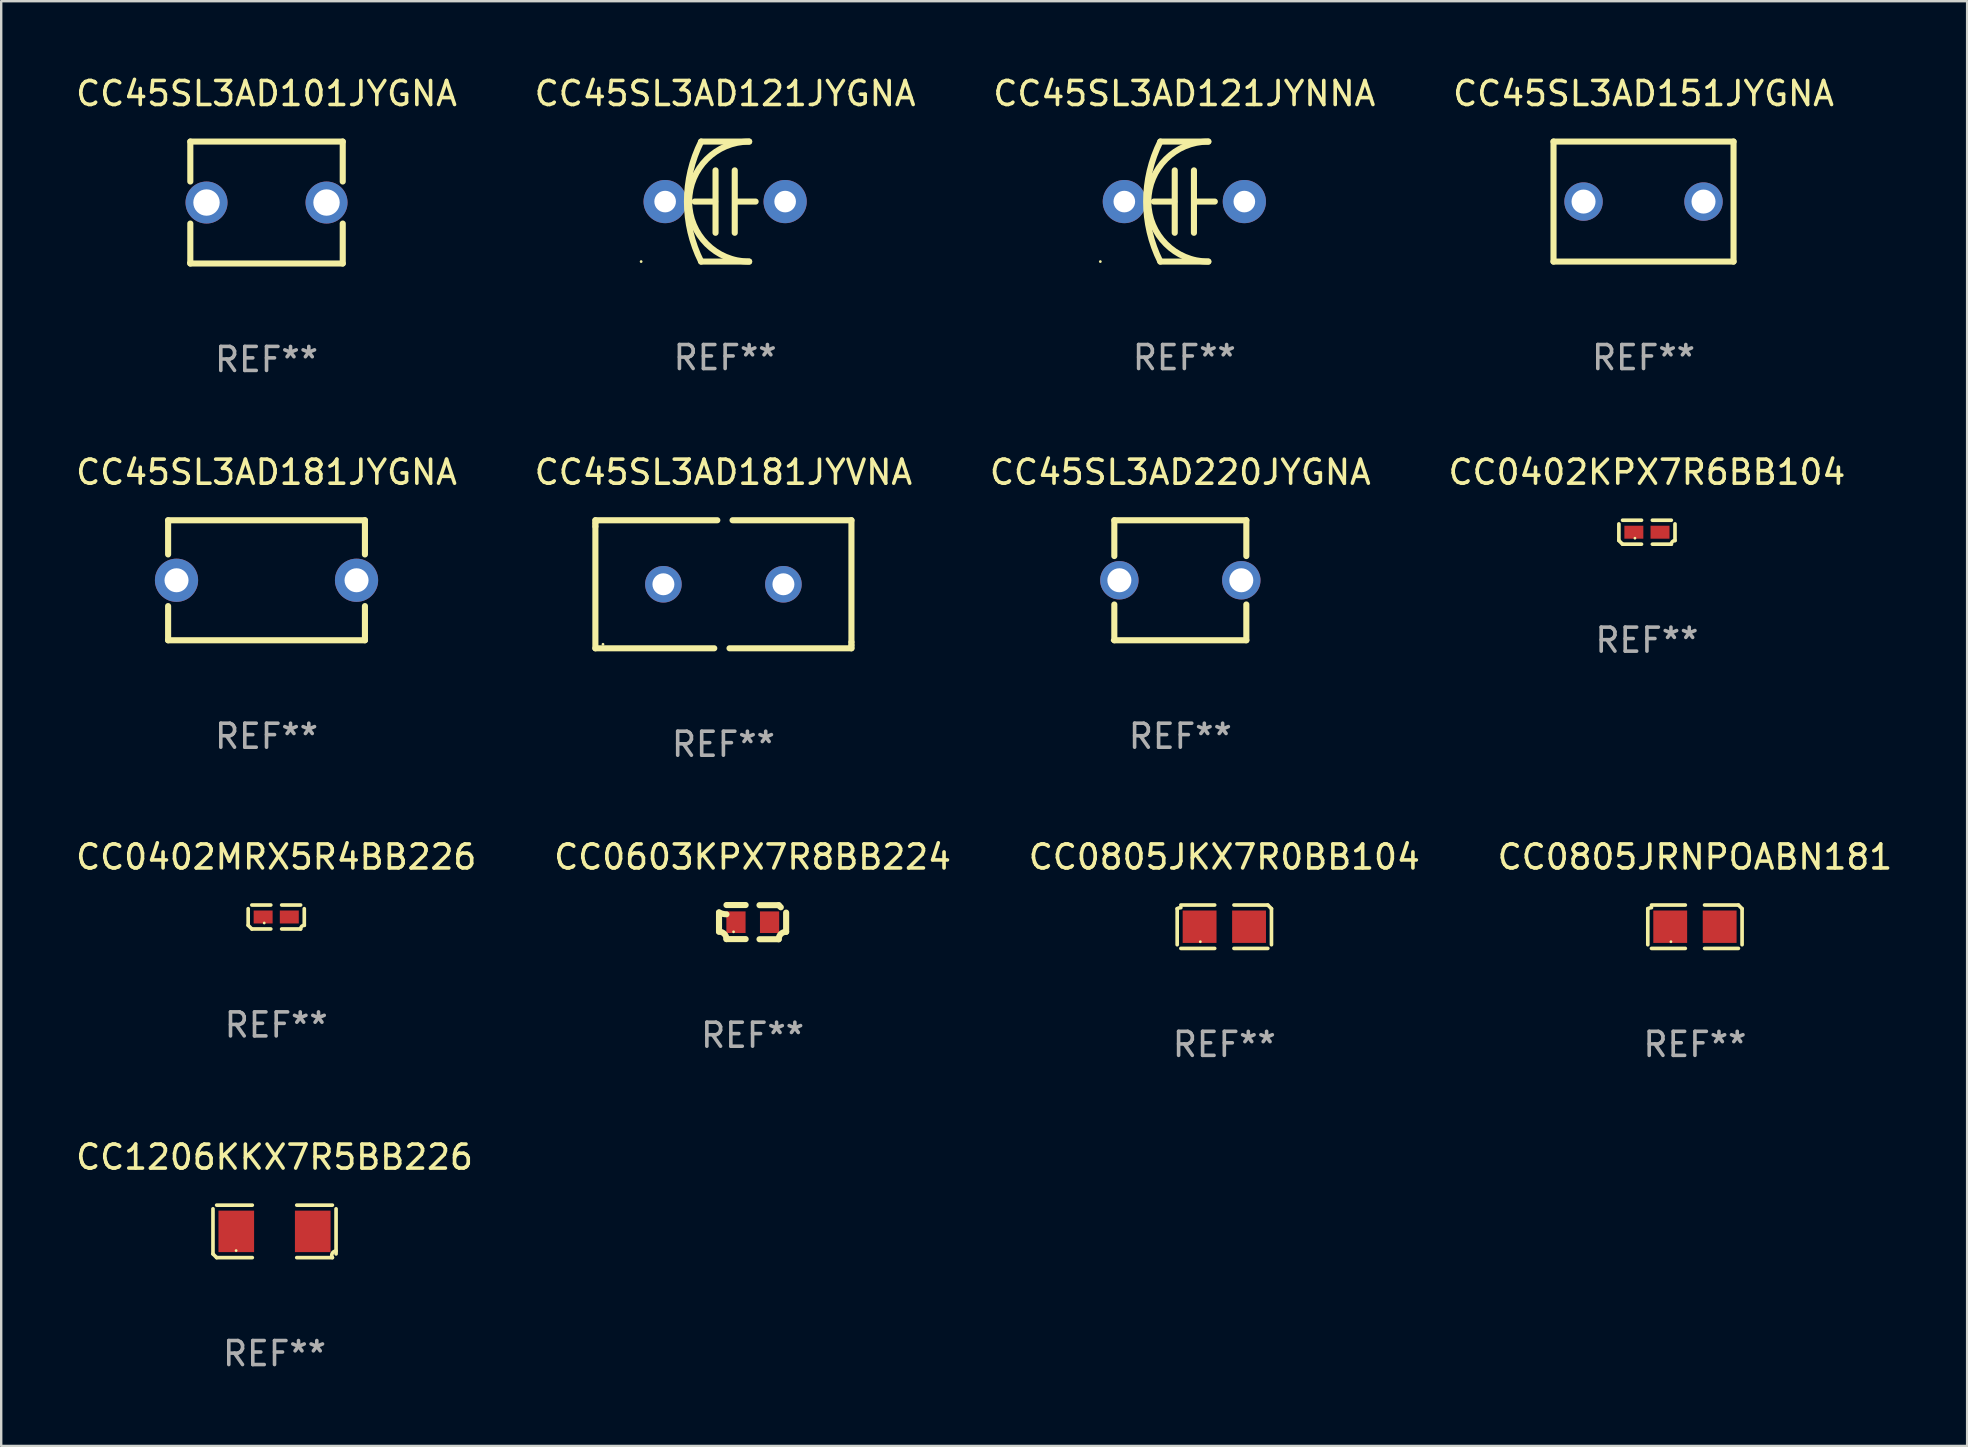
<source format=kicad_pcb>
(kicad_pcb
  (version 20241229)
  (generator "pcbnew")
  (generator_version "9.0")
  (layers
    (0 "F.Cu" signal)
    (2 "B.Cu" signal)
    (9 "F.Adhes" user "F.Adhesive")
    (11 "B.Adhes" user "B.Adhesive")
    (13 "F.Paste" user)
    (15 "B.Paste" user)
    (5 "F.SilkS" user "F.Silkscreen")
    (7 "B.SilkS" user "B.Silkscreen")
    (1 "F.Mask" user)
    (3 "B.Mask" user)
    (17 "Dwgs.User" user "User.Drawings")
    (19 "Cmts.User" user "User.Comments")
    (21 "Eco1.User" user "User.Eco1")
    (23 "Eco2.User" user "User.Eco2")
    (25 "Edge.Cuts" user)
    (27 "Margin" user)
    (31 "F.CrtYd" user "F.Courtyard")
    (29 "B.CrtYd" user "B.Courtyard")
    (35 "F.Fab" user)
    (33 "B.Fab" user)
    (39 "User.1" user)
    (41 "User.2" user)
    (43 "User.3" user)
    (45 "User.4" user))
  (footprint "CC0805JKX7R0BB104"
    (layer "F.Cu")
    (at 47.958 35.559)
    (property "Reference" "CC0805JKX7R0BB104" (at 0 -2.904 0) (layer "F.SilkS") (effects (font (size 1 1) (thickness 0.15))))
    (attr through_hole)
    (fp_line (start -1.964 0.751) (end -1.964 -0.751) (stroke (width 0.152) (type solid)) (layer "F.SilkS"))
    (fp_line (start -1.811 -0.904) (end -0.401 -0.904) (stroke (width 0.152) (type solid)) (layer "F.SilkS"))
    (fp_line (start -0.401 0.904) (end -1.811 0.904) (stroke (width 0.152) (type solid)) (layer "F.SilkS"))
    (fp_line (start 0.401 0.904) (end 1.811 0.904) (stroke (width 0.152) (type solid)) (layer "F.SilkS"))
    (fp_line (start 1.811 -0.904) (end 0.401 -0.904) (stroke (width 0.152) (type solid)) (layer "F.SilkS"))
    (fp_line (start 1.964 0.751) (end 1.964 -0.751) (stroke (width 0.152) (type solid)) (layer "F.SilkS"))
    (fp_arc (start -1.963602 -0.751207) (mid -1.890354 -0.783131) (end -1.811201 -0.794044) (stroke (width 0.1524) (type solid)) (layer "F.SilkS"))
    (fp_arc (start 1.811202 -0.903607) (mid 1.887413 -0.827418) (end 1.963602 -0.751207) (stroke (width 0.1524) (type solid)) (layer "F.SilkS"))
    (fp_circle (center -1 0.625) (end -0.97 0.625) (stroke (width 0.06) (type solid)) (fill no) (layer "F.SilkS"))
    (fp_text user "REF**" (at 0 4.904 0) (layer "F.Fab") (effects (font (size 1 1) (thickness 0.15))))
    (pad "1" smd rect (at -1.03 0) (size 1.41 1.35) (layers "F.Cu" "F.Mask" "F.Paste"))
    (pad "2" smd rect (at 1.03 0) (size 1.41 1.35) (layers "F.Cu" "F.Mask" "F.Paste")))
  (footprint "CC0402KPX7R6BB104"
    (layer "F.Cu")
    (at 65.565 19.123)
    (property "Reference" "CC0402KPX7R6BB104" (at 0 -2.499 0) (layer "F.SilkS") (effects (font (size 1 1) (thickness 0.15))))
    (attr through_hole)
    (fp_line (start -1.169 0.346) (end -1.169 -0.346) (stroke (width 0.152) (type solid)) (layer "F.SilkS"))
    (fp_line (start -1.016 -0.499) (end -0.226 -0.499) (stroke (width 0.152) (type solid)) (layer "F.SilkS"))
    (fp_line (start -0.226 0.499) (end -1.016 0.499) (stroke (width 0.152) (type solid)) (layer "F.SilkS"))
    (fp_line (start 0.226 0.499) (end 1.016 0.499) (stroke (width 0.152) (type solid)) (layer "F.SilkS"))
    (fp_line (start 1.016 -0.499) (end 0.226 -0.499) (stroke (width 0.152) (type solid)) (layer "F.SilkS"))
    (fp_line (start 1.169 0.346) (end 1.169 -0.346) (stroke (width 0.152) (type solid)) (layer "F.SilkS"))
    (fp_arc (start -1.016307 0.498603) (mid -1.092512 0.422405) (end -1.16871 0.3462) (stroke (width 0.1524) (type solid)) (layer "F.SilkS"))
    (fp_arc (start 1.016307 0.498603) (mid 1.060899 0.390758) (end 1.168707 0.346076) (stroke (width 0.1524) (type solid)) (layer "F.SilkS"))
    (fp_circle (center -0.5 0.25) (end -0.47 0.25) (stroke (width 0.06) (type solid)) (fill no) (layer "F.SilkS"))
    (fp_text user "REF**" (at 0 4.499 0) (layer "F.Fab") (effects (font (size 1 1) (thickness 0.15))))
    (pad "1" smd rect (at -0.545 0) (size 0.79 0.54) (layers "F.Cu" "F.Mask" "F.Paste"))
    (pad "2" smd rect (at 0.545 0) (size 0.79 0.54) (layers "F.Cu" "F.Mask" "F.Paste")))
  (footprint "CC0805JRNPOABN181"
    (layer "F.Cu")
    (at 67.565 35.559)
    (property "Reference" "CC0805JRNPOABN181" (at 0 -2.904 0) (layer "F.SilkS") (effects (font (size 1 1) (thickness 0.15))))
    (attr through_hole)
    (fp_line (start -1.964 0.751) (end -1.964 -0.751) (stroke (width 0.152) (type solid)) (layer "F.SilkS"))
    (fp_line (start -1.811 -0.904) (end -0.401 -0.904) (stroke (width 0.152) (type solid)) (layer "F.SilkS"))
    (fp_line (start -0.401 0.904) (end -1.811 0.904) (stroke (width 0.152) (type solid)) (layer "F.SilkS"))
    (fp_line (start 0.401 0.904) (end 1.811 0.904) (stroke (width 0.152) (type solid)) (layer "F.SilkS"))
    (fp_line (start 1.811 -0.904) (end 0.401 -0.904) (stroke (width 0.152) (type solid)) (layer "F.SilkS"))
    (fp_line (start 1.964 0.751) (end 1.964 -0.751) (stroke (width 0.152) (type solid)) (layer "F.SilkS"))
    (fp_arc (start -1.963602 -0.751207) (mid -1.890354 -0.783131) (end -1.811201 -0.794044) (stroke (width 0.1524) (type solid)) (layer "F.SilkS"))
    (fp_arc (start 1.811202 -0.903607) (mid 1.887413 -0.827418) (end 1.963602 -0.751207) (stroke (width 0.1524) (type solid)) (layer "F.SilkS"))
    (fp_circle (center -1 0.625) (end -0.97 0.625) (stroke (width 0.06) (type solid)) (fill no) (layer "F.SilkS"))
    (fp_text user "REF**" (at 0 4.904 0) (layer "F.Fab") (effects (font (size 1 1) (thickness 0.15))))
    (pad "1" smd rect (at -1.03 0) (size 1.41 1.35) (layers "F.Cu" "F.Mask" "F.Paste"))
    (pad "2" smd rect (at 1.03 0) (size 1.41 1.35) (layers "F.Cu" "F.Mask" "F.Paste")))
  (footprint "CC45SL3AD121JYGNA"
    (layer "F.Cu")
    (at 27.161 5.348)
    (property "Reference" "CC45SL3AD121JYGNA" (at 0 -4.5 0) (layer "F.SilkS") (effects (font (size 1 1) (thickness 0.15))))
    (attr through_hole)
    (fp_line (start -1 -2.5) (end 1 -2.5) (stroke (width 0.254) (type solid)) (layer "F.SilkS"))
    (fp_line (start -1 2.5) (end 1 2.5) (stroke (width 0.254) (type solid)) (layer "F.SilkS"))
    (fp_line (start -0.416 0) (end -1.27 0) (stroke (width 0.254) (type solid)) (layer "F.SilkS"))
    (fp_line (start -0.4 -1.3) (end -0.4 1.3) (stroke (width 0.254) (type solid)) (layer "F.SilkS"))
    (fp_line (start 0.4 1.3) (end 0.4 -1.3) (stroke (width 0.254) (type solid)) (layer "F.SilkS"))
    (fp_line (start 0.416 0) (end 1.27 0) (stroke (width 0.254) (type solid)) (layer "F.SilkS"))
    (fp_arc (start -1.000762 2.499365) (mid -1.590595 -0.000407) (end -1 -2.5) (stroke (width 0.254001) (type solid)) (layer "F.SilkS"))
    (fp_arc (start 1 2.5) (mid -1.498907 -0.000064) (end 1.000763 -2.499364) (stroke (width 0.254001) (type solid)) (layer "F.SilkS"))
    (fp_circle (center -3.5 2.5) (end -3.47 2.5) (stroke (width 0.06) (type solid)) (fill no) (layer "F.SilkS"))
    (fp_text user "REF**" (at 0 6.5 0) (layer "F.Fab") (effects (font (size 1 1) (thickness 0.15))))
    (pad "1" thru_hole circle (at -2.5 0) (size 1.8 1.8) (drill 0.9) (layers "*.Cu" "*.Mask"))
    (pad "2" thru_hole circle (at 2.5 0) (size 1.8 1.8) (drill 0.9) (layers "*.Cu" "*.Mask")))
  (footprint "CC45SL3AD121JYNNA"
    (layer "F.Cu")
    (at 46.292 5.348)
    (property "Reference" "CC45SL3AD121JYNNA" (at 0 -4.5 0) (layer "F.SilkS") (effects (font (size 1 1) (thickness 0.15))))
    (attr through_hole)
    (fp_line (start -1 -2.5) (end 1 -2.5) (stroke (width 0.254) (type solid)) (layer "F.SilkS"))
    (fp_line (start -1 2.5) (end 1 2.5) (stroke (width 0.254) (type solid)) (layer "F.SilkS"))
    (fp_line (start -0.416 0) (end -1.27 0) (stroke (width 0.254) (type solid)) (layer "F.SilkS"))
    (fp_line (start -0.4 -1.3) (end -0.4 1.3) (stroke (width 0.254) (type solid)) (layer "F.SilkS"))
    (fp_line (start 0.4 1.3) (end 0.4 -1.3) (stroke (width 0.254) (type solid)) (layer "F.SilkS"))
    (fp_line (start 0.416 0) (end 1.27 0) (stroke (width 0.254) (type solid)) (layer "F.SilkS"))
    (fp_arc (start -1.000762 2.499365) (mid -1.590595 -0.000407) (end -1 -2.5) (stroke (width 0.254001) (type solid)) (layer "F.SilkS"))
    (fp_arc (start 1 2.5) (mid -1.498907 -0.000064) (end 1.000763 -2.499364) (stroke (width 0.254001) (type solid)) (layer "F.SilkS"))
    (fp_circle (center -3.5 2.5) (end -3.47 2.5) (stroke (width 0.06) (type solid)) (fill no) (layer "F.SilkS"))
    (fp_text user "REF**" (at 0 6.5 0) (layer "F.Fab") (effects (font (size 1 1) (thickness 0.15))))
    (pad "1" thru_hole circle (at -2.5 0) (size 1.8 1.8) (drill 0.9) (layers "*.Cu" "*.Mask"))
    (pad "2" thru_hole circle (at 2.5 0) (size 1.8 1.8) (drill 0.9) (layers "*.Cu" "*.Mask")))
  (footprint "CC45SL3AD220JYGNA"
    (layer "F.Cu")
    (at 46.125 21.125)
    (property "Reference" "CC45SL3AD220JYGNA" (at 0 -4.5 0) (layer "F.SilkS") (effects (font (size 1 1) (thickness 0.15))))
    (attr through_hole)
    (fp_line (start -2.75 -2.5) (end -2.75 -1.009) (stroke (width 0.254) (type solid)) (layer "F.SilkS"))
    (fp_line (start -2.75 -2.5) (end 2.75 -2.5) (stroke (width 0.254) (type solid)) (layer "F.SilkS"))
    (fp_line (start -2.75 1.009) (end -2.75 2.5) (stroke (width 0.254) (type solid)) (layer "F.SilkS"))
    (fp_line (start -2.75 2.5) (end 2.75 2.5) (stroke (width 0.254) (type solid)) (layer "F.SilkS"))
    (fp_line (start 2.75 -2.5) (end 2.75 -1.009) (stroke (width 0.254) (type solid)) (layer "F.SilkS"))
    (fp_line (start 2.75 1.009) (end 2.75 2.5) (stroke (width 0.254) (type solid)) (layer "F.SilkS"))
    (fp_circle (center -2.84 2.5) (end -2.81 2.5) (stroke (width 0.06) (type solid)) (fill no) (layer "F.SilkS"))
    (fp_text user "REF**" (at 0 6.5 0) (layer "F.Fab") (effects (font (size 1 1) (thickness 0.15))))
    (pad "1" thru_hole circle (at -2.54 0) (size 1.6 1.6) (drill 1) (layers "*.Cu" "*.Mask"))
    (pad "2" thru_hole circle (at 2.54 0) (size 1.6 1.6) (drill 1) (layers "*.Cu" "*.Mask")))
  (footprint "CC1206KKX7R5BB226"
    (layer "F.Cu")
    (at 8.387 48.252)
    (property "Reference" "CC1206KKX7R5BB226" (at 0 -3.093 0) (layer "F.SilkS") (effects (font (size 1 1) (thickness 0.15))))
    (attr through_hole)
    (fp_line (start -2.564 0.94) (end -2.564 -0.94) (stroke (width 0.152) (type solid)) (layer "F.SilkS"))
    (fp_line (start -2.411 -1.093) (end -0.926 -1.093) (stroke (width 0.152) (type solid)) (layer "F.SilkS"))
    (fp_line (start -0.926 1.093) (end -2.411 1.093) (stroke (width 0.152) (type solid)) (layer "F.SilkS"))
    (fp_line (start 0.926 1.093) (end 2.411 1.093) (stroke (width 0.152) (type solid)) (layer "F.SilkS"))
    (fp_line (start 2.411 -1.093) (end 0.926 -1.093) (stroke (width 0.152) (type solid)) (layer "F.SilkS"))
    (fp_line (start 2.564 0.94) (end 2.564 -0.94) (stroke (width 0.152) (type solid)) (layer "F.SilkS"))
    (fp_arc (start -2.411201 1.092609) (mid -2.487413 1.01642) (end -2.563602 0.940208) (stroke (width 0.1524) (type solid)) (layer "F.SilkS"))
    (fp_arc (start 2.411201 1.092609) (mid 2.407159 0.911226) (end 2.563602 0.819347) (stroke (width 0.1524) (type solid)) (layer "F.SilkS"))
    (fp_circle (center -1.6 0.8) (end -1.57 0.8) (stroke (width 0.06) (type solid)) (fill no) (layer "F.SilkS"))
    (fp_text user "REF**" (at 0 5.093 0) (layer "F.Fab") (effects (font (size 1 1) (thickness 0.15))))
    (pad "1" smd rect (at -1.593 0) (size 1.485 1.728) (layers "F.Cu" "F.Mask" "F.Paste"))
    (pad "2" smd rect (at 1.593 0) (size 1.485 1.728) (layers "F.Cu" "F.Mask" "F.Paste")))
  (footprint "CC45SL3AD181JYVNA"
    (layer "F.Cu")
    (at 27.089 21.292)
    (property "Reference" "CC45SL3AD181JYVNA" (at 0 -4.667 0) (layer "F.SilkS") (effects (font (size 1 1) (thickness 0.15))))
    (attr through_hole)
    (fp_line (start -5.334 -2.667) (end -0.254 -2.667) (stroke (width 0.254) (type solid)) (layer "F.SilkS"))
    (fp_line (start -5.334 -2.54) (end -5.334 -2.667) (stroke (width 0.254) (type solid)) (layer "F.SilkS"))
    (fp_line (start -5.334 -2.413) (end -5.334 -2.54) (stroke (width 0.254) (type solid)) (layer "F.SilkS"))
    (fp_line (start -5.334 2.667) (end -5.334 -2.413) (stroke (width 0.254) (type solid)) (layer "F.SilkS"))
    (fp_line (start -0.381 2.667) (end -5.334 2.667) (stroke (width 0.254) (type solid)) (layer "F.SilkS"))
    (fp_line (start 0.381 -2.667) (end 5.334 -2.667) (stroke (width 0.254) (type solid)) (layer "F.SilkS"))
    (fp_line (start 5.334 -2.667) (end 5.334 2.413) (stroke (width 0.254) (type solid)) (layer "F.SilkS"))
    (fp_line (start 5.334 2.413) (end 5.334 2.54) (stroke (width 0.254) (type solid)) (layer "F.SilkS"))
    (fp_line (start 5.334 2.54) (end 5.334 2.667) (stroke (width 0.254) (type solid)) (layer "F.SilkS"))
    (fp_line (start 5.334 2.667) (end 0.254 2.667) (stroke (width 0.254) (type solid)) (layer "F.SilkS"))
    (fp_circle (center -5.017 2.5) (end -4.987 2.5) (stroke (width 0.06) (type solid)) (fill no) (layer "F.SilkS"))
    (fp_text user "REF**" (at 0 6.667 0) (layer "F.Fab") (effects (font (size 1 1) (thickness 0.15))))
    (pad "1" thru_hole circle (at -2.5 0) (size 1.524 1.524) (drill 0.914) (layers "*.Cu" "*.Mask"))
    (pad "2" thru_hole circle (at 2.5 0) (size 1.524 1.524) (drill 0.914) (layers "*.Cu" "*.Mask")))
  (footprint "CC45SL3AD151JYGNA"
    (layer "F.Cu")
    (at 65.423 5.348)
    (property "Reference" "CC45SL3AD151JYGNA" (at 0 -4.5 0) (layer "F.SilkS") (effects (font (size 1 1) (thickness 0.15))))
    (attr through_hole)
    (fp_line (start -3.75 -2.5) (end -3.75 2.5) (stroke (width 0.254) (type solid)) (layer "F.SilkS"))
    (fp_line (start -3.75 -2.5) (end 3.75 -2.5) (stroke (width 0.254) (type solid)) (layer "F.SilkS"))
    (fp_line (start -3.75 2.5) (end 3.75 2.5) (stroke (width 0.254) (type solid)) (layer "F.SilkS"))
    (fp_line (start 3.75 -2.5) (end 3.75 2.5) (stroke (width 0.254) (type solid)) (layer "F.SilkS"))
    (fp_circle (center -3.75 2.5) (end -3.72 2.5) (stroke (width 0.06) (type solid)) (fill no) (layer "F.SilkS"))
    (fp_text user "REF**" (at 0 6.5 0) (layer "F.Fab") (effects (font (size 1 1) (thickness 0.15))))
    (pad "1" thru_hole circle (at -2.499 0) (size 1.6 1.6) (drill 1) (layers "*.Cu" "*.Mask"))
    (pad "2" thru_hole circle (at 2.499 0) (size 1.6 1.6) (drill 1) (layers "*.Cu" "*.Mask")))
  (footprint "CC45SL3AD101JYGNA"
    (layer "F.Cu")
    (at 8.054 5.388)
    (property "Reference" "CC45SL3AD101JYGNA" (at 0 -4.54 0) (layer "F.SilkS") (effects (font (size 1 1) (thickness 0.15))))
    (attr through_hole)
    (fp_line (start -3.175 -2.54) (end -3.175 -0.876) (stroke (width 0.254) (type solid)) (layer "F.SilkS"))
    (fp_line (start -3.175 0.876) (end -3.175 2.54) (stroke (width 0.254) (type solid)) (layer "F.SilkS"))
    (fp_line (start -3.175 2.54) (end 3.175 2.54) (stroke (width 0.254) (type solid)) (layer "F.SilkS"))
    (fp_line (start 3.175 -2.54) (end -3.175 -2.54) (stroke (width 0.254) (type solid)) (layer "F.SilkS"))
    (fp_line (start 3.175 -0.876) (end 3.175 -2.54) (stroke (width 0.254) (type solid)) (layer "F.SilkS"))
    (fp_line (start 3.175 2.54) (end 3.175 0.876) (stroke (width 0.254) (type solid)) (layer "F.SilkS"))
    (fp_circle (center -3.25 2.5) (end -3.22 2.5) (stroke (width 0.06) (type solid)) (fill no) (layer "F.SilkS"))
    (fp_text user "REF**" (at 0 6.54 0) (layer "F.Fab") (effects (font (size 1 1) (thickness 0.15))))
    (pad "1" thru_hole circle (at -2.5 0) (size 1.75 1.75) (drill 1.1) (layers "*.Cu" "*.Mask"))
    (pad "2" thru_hole circle (at 2.5 0) (size 1.75 1.75) (drill 1.1) (layers "*.Cu" "*.Mask")))
  (footprint "CC45SL3AD181JYGNA"
    (layer "F.Cu")
    (at 8.054 21.125)
    (property "Reference" "CC45SL3AD181JYGNA" (at 0 -4.5 0) (layer "F.SilkS") (effects (font (size 1 1) (thickness 0.15))))
    (attr through_hole)
    (fp_line (start -4.1 -2.5) (end -4.1 -1.076) (stroke (width 0.254) (type solid)) (layer "F.SilkS"))
    (fp_line (start -4.1 -2.5) (end 4.1 -2.5) (stroke (width 0.254) (type solid)) (layer "F.SilkS"))
    (fp_line (start -4.1 1.076) (end -4.1 2.5) (stroke (width 0.254) (type solid)) (layer "F.SilkS"))
    (fp_line (start -4.1 2.5) (end 4.1 2.5) (stroke (width 0.254) (type solid)) (layer "F.SilkS"))
    (fp_line (start 4.1 -2.5) (end 4.1 -1.076) (stroke (width 0.254) (type solid)) (layer "F.SilkS"))
    (fp_line (start 4.1 1.076) (end 4.1 2.5) (stroke (width 0.254) (type solid)) (layer "F.SilkS"))
    (fp_circle (center -4.1 2.5) (end -4.07 2.5) (stroke (width 0.06) (type solid)) (fill no) (layer "F.SilkS"))
    (fp_text user "REF**" (at 0 6.5 0) (layer "F.Fab") (effects (font (size 1 1) (thickness 0.15))))
    (pad "1" thru_hole circle (at -3.75 0) (size 1.8 1.8) (drill 1) (layers "*.Cu" "*.Mask"))
    (pad "2" thru_hole circle (at 3.75 0) (size 1.8 1.8) (drill 1) (layers "*.Cu" "*.Mask")))
  (footprint "CC0603KPX7R8BB224"
    (layer "F.Cu")
    (at 28.304 35.368)
    (property "Reference" "CC0603KPX7R8BB224" (at 0 -2.713 0) (layer "F.SilkS") (effects (font (size 1 1) (thickness 0.15))))
    (attr through_hole)
    (fp_line (start -1.398 -0.403) (end -1.398 0.397) (stroke (width 0.254) (type solid)) (layer "F.SilkS"))
    (fp_line (start -0.288 -0.713) (end -1.088 -0.713) (stroke (width 0.254) (type solid)) (layer "F.SilkS"))
    (fp_line (start -0.288 0.707) (end -1.088 0.707) (stroke (width 0.254) (type solid)) (layer "F.SilkS"))
    (fp_line (start 0.288 -0.707) (end 1.088 -0.707) (stroke (width 0.254) (type solid)) (layer "F.SilkS"))
    (fp_line (start 0.288 0.713) (end 1.088 0.713) (stroke (width 0.254) (type solid)) (layer "F.SilkS"))
    (fp_line (start 1.398 -0.397) (end 1.398 0.403) (stroke (width 0.254) (type solid)) (layer "F.SilkS"))
    (fp_arc (start -1.397789 0.397066) (mid -1.178701 0.487826) (end -1.08796 0.706922) (stroke (width 0.254001) (type solid)) (layer "F.SilkS"))
    (fp_arc (start -1.08796 -0.327176) (mid -1.247436 -0.346384) (end -1.39779 -0.402908) (stroke (width 0.254001) (type solid)) (layer "F.SilkS"))
    (fp_arc (start 1.087909 0.712738) (mid 1.178656 0.493655) (end 1.397739 0.402908) (stroke (width 0.254001) (type solid)) (layer "F.SilkS"))
    (fp_arc (start 1.175925 -0.618926) (mid 1.131917 -0.662923) (end 1.08791 -0.706922) (stroke (width 0.254001) (type solid)) (layer "F.SilkS"))
    (fp_circle (center -0.792 0.403) (end -0.762 0.403) (stroke (width 0.06) (type solid)) (fill no) (layer "F.SilkS"))
    (fp_text user "REF**" (at 0 4.713 0) (layer "F.Fab") (effects (font (size 1 1) (thickness 0.15))))
    (pad "1" smd rect (at -0.692 0.003) (size 0.8 0.9) (layers "F.Cu" "F.Mask" "F.Paste"))
    (pad "2" smd rect (at 0.708 0.003) (size 0.8 0.9) (layers "F.Cu" "F.Mask" "F.Paste")))
  (footprint "CC0402MRX5R4BB226"
    (layer "F.Cu")
    (at 8.458 35.154)
    (property "Reference" "CC0402MRX5R4BB226" (at 0 -2.499 0) (layer "F.SilkS") (effects (font (size 1 1) (thickness 0.15))))
    (attr through_hole)
    (fp_line (start -1.169 0.346) (end -1.169 -0.346) (stroke (width 0.152) (type solid)) (layer "F.SilkS"))
    (fp_line (start -1.016 -0.499) (end -0.226 -0.499) (stroke (width 0.152) (type solid)) (layer "F.SilkS"))
    (fp_line (start -0.226 0.499) (end -1.016 0.499) (stroke (width 0.152) (type solid)) (layer "F.SilkS"))
    (fp_line (start 0.226 0.499) (end 1.016 0.499) (stroke (width 0.152) (type solid)) (layer "F.SilkS"))
    (fp_line (start 1.016 -0.499) (end 0.226 -0.499) (stroke (width 0.152) (type solid)) (layer "F.SilkS"))
    (fp_line (start 1.169 0.346) (end 1.169 -0.346) (stroke (width 0.152) (type solid)) (layer "F.SilkS"))
    (fp_arc (start -1.016307 0.498603) (mid -1.092512 0.422405) (end -1.16871 0.3462) (stroke (width 0.1524) (type solid)) (layer "F.SilkS"))
    (fp_arc (start 1.016307 0.498603) (mid 1.060899 0.390758) (end 1.168707 0.346076) (stroke (width 0.1524) (type solid)) (layer "F.SilkS"))
    (fp_circle (center -0.5 0.25) (end -0.47 0.25) (stroke (width 0.06) (type solid)) (fill no) (layer "F.SilkS"))
    (fp_text user "REF**" (at 0 4.499 0) (layer "F.Fab") (effects (font (size 1 1) (thickness 0.15))))
    (pad "1" smd rect (at -0.545 0) (size 0.79 0.54) (layers "F.Cu" "F.Mask" "F.Paste"))
    (pad "2" smd rect (at 0.545 0) (size 0.79 0.54) (layers "F.Cu" "F.Mask" "F.Paste")))
  (gr_rect
    (start -3 -3)
    (end 78.905 57.192)
    (stroke (width 0.1) (type default))
    (fill no)
    (layer "Edge.Cuts")))
</source>
